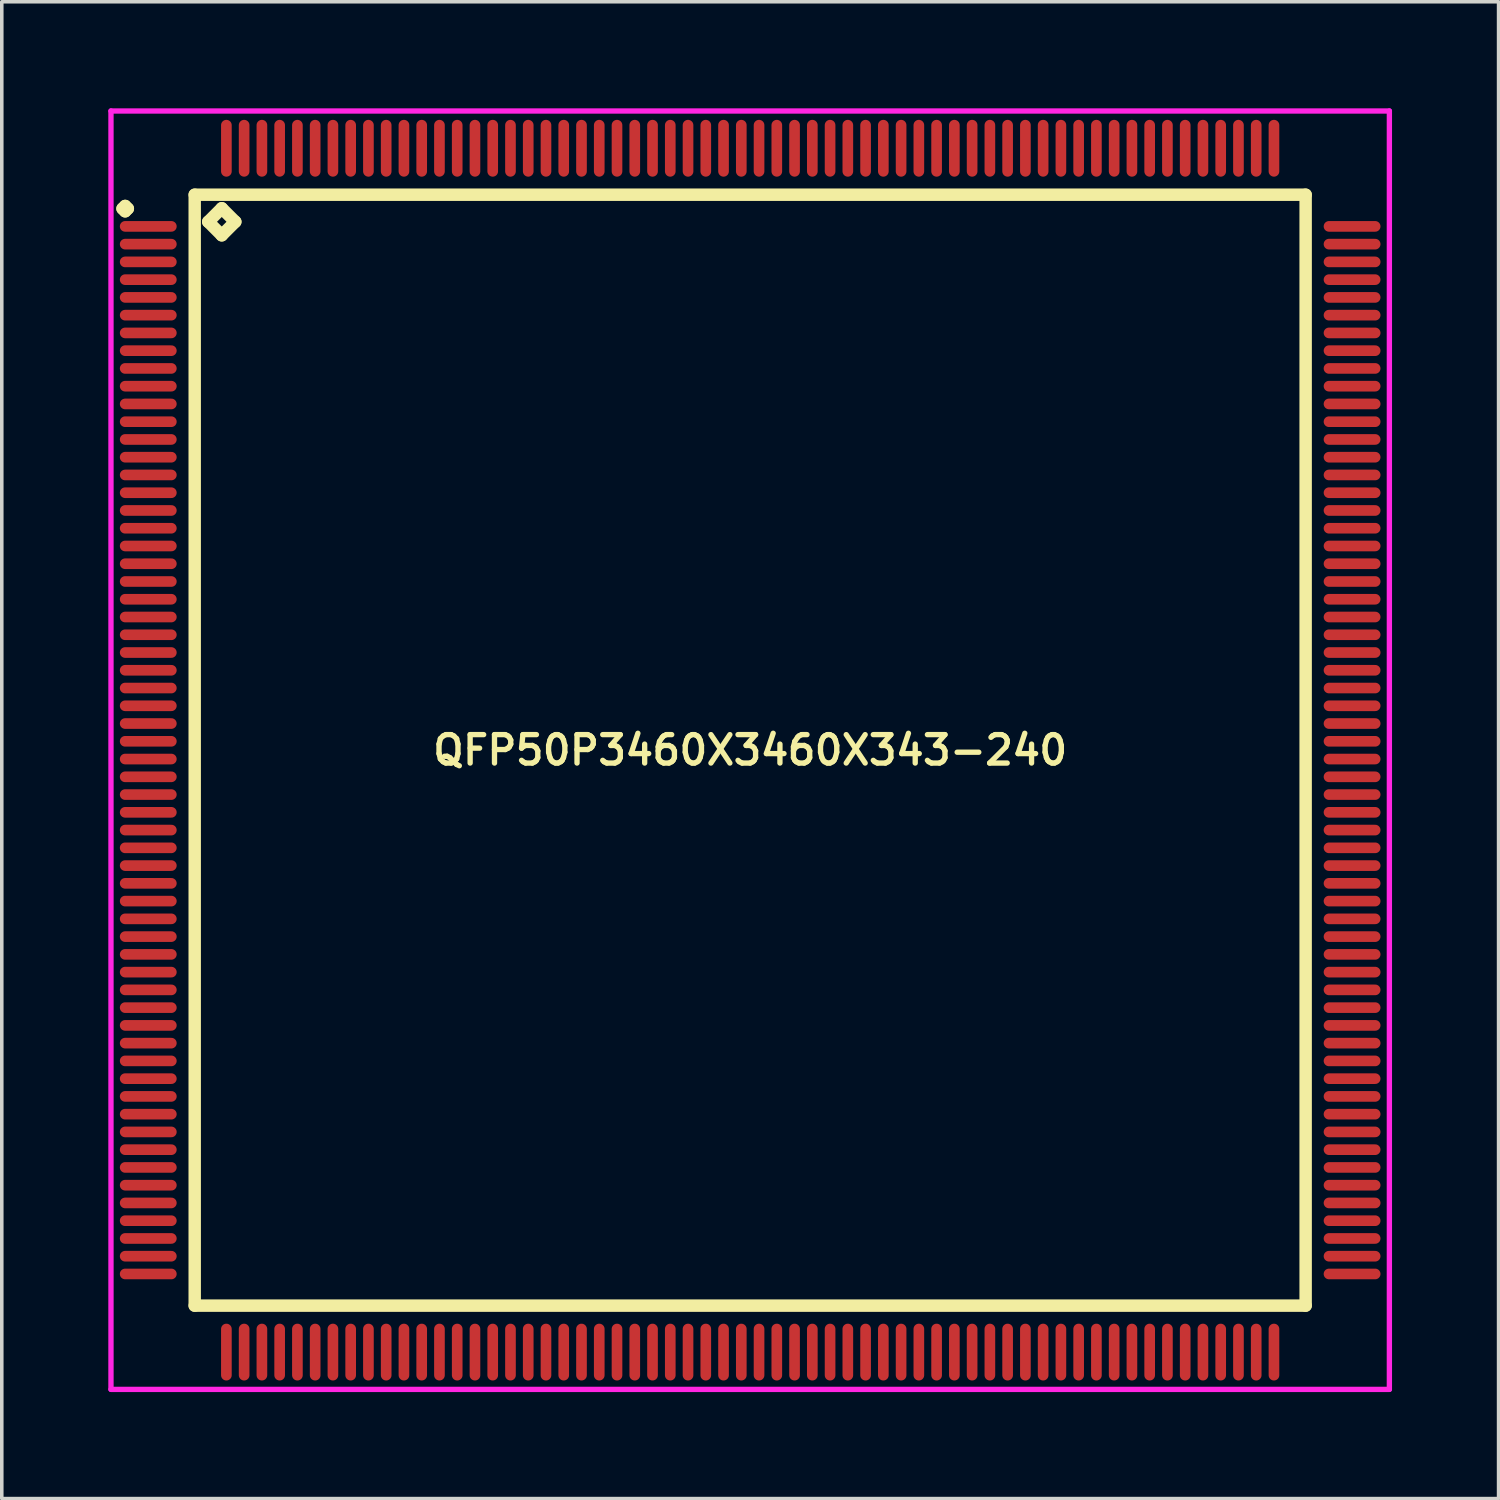
<source format=kicad_pcb>
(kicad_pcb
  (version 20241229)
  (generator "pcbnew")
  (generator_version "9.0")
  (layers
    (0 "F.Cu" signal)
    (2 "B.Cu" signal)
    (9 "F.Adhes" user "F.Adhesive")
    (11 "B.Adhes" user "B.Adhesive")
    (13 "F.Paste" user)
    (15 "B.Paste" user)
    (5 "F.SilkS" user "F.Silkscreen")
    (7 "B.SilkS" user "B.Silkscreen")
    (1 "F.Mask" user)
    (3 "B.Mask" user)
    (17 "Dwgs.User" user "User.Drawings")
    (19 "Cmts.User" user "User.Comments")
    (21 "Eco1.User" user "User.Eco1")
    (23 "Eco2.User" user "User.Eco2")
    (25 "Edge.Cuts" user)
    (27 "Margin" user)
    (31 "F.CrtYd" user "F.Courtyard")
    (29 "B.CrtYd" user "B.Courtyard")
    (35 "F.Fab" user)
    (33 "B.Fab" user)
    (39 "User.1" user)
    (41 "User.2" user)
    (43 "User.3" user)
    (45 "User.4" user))
  (footprint "QFP50P3460X3460X343-240"
    (layer "F.Cu")
    (at 18.075 18.075)
    (property "Reference" "QFP50P3460X3460X343-240" (at 0 0 0) (layer "F.SilkS") (effects (font (size 0.8 0.8) (thickness 0.15))))
    (attr smd)
    (fp_line (start -17.675 -15.25) (end -17.6 -15.325) (stroke (width 0.35) (type solid)) (layer "F.SilkS"))
    (fp_line (start -17.6 -15.325) (end -17.525 -15.25) (stroke (width 0.35) (type solid)) (layer "F.SilkS"))
    (fp_line (start -17.6 -15.175) (end -17.675 -15.25) (stroke (width 0.35) (type solid)) (layer "F.SilkS"))
    (fp_line (start -17.525 -15.25) (end -17.6 -15.175) (stroke (width 0.35) (type solid)) (layer "F.SilkS"))
    (fp_line (start -15.642 -15.642) (end -15.642 15.642) (stroke (width 0.35) (type solid)) (layer "F.SilkS"))
    (fp_line (start -15.642 15.642) (end 15.642 15.642) (stroke (width 0.35) (type solid)) (layer "F.SilkS"))
    (fp_line (start -15.261 -14.88) (end -14.88 -15.261) (stroke (width 0.35) (type solid)) (layer "F.SilkS"))
    (fp_line (start -14.88 -15.261) (end -14.499 -14.88) (stroke (width 0.35) (type solid)) (layer "F.SilkS"))
    (fp_line (start -14.88 -14.499) (end -15.261 -14.88) (stroke (width 0.35) (type solid)) (layer "F.SilkS"))
    (fp_line (start -14.499 -14.88) (end -14.88 -14.499) (stroke (width 0.35) (type solid)) (layer "F.SilkS"))
    (fp_line (start 15.642 -15.642) (end -15.642 -15.642) (stroke (width 0.35) (type solid)) (layer "F.SilkS"))
    (fp_line (start 15.642 15.642) (end 15.642 -15.642) (stroke (width 0.35) (type solid)) (layer "F.SilkS"))
    (fp_line (start -18 -18) (end 18 -18) (stroke (width 0.15) (type solid)) (layer "F.CrtYd"))
    (fp_line (start -18 18) (end -18 -18) (stroke (width 0.15) (type solid)) (layer "F.CrtYd"))
    (fp_line (start 18 -18) (end 18 18) (stroke (width 0.15) (type solid)) (layer "F.CrtYd"))
    (fp_line (start 18 18) (end -18 18) (stroke (width 0.15) (type solid)) (layer "F.CrtYd"))
    (pad "1" smd oval (at -16.95 -14.75) (size 1.6 0.3) (layers "F.Cu" "F.Mask" "F.Paste"))
    (pad "2" smd oval (at -16.95 -14.25) (size 1.6 0.3) (layers "F.Cu" "F.Mask" "F.Paste"))
    (pad "3" smd oval (at -16.95 -13.75) (size 1.6 0.3) (layers "F.Cu" "F.Mask" "F.Paste"))
    (pad "4" smd oval (at -16.95 -13.25) (size 1.6 0.3) (layers "F.Cu" "F.Mask" "F.Paste"))
    (pad "5" smd oval (at -16.95 -12.75) (size 1.6 0.3) (layers "F.Cu" "F.Mask" "F.Paste"))
    (pad "6" smd oval (at -16.95 -12.25) (size 1.6 0.3) (layers "F.Cu" "F.Mask" "F.Paste"))
    (pad "7" smd oval (at -16.95 -11.75) (size 1.6 0.3) (layers "F.Cu" "F.Mask" "F.Paste"))
    (pad "8" smd oval (at -16.95 -11.25) (size 1.6 0.3) (layers "F.Cu" "F.Mask" "F.Paste"))
    (pad "9" smd oval (at -16.95 -10.75) (size 1.6 0.3) (layers "F.Cu" "F.Mask" "F.Paste"))
    (pad "10" smd oval (at -16.95 -10.25) (size 1.6 0.3) (layers "F.Cu" "F.Mask" "F.Paste"))
    (pad "11" smd oval (at -16.95 -9.75) (size 1.6 0.3) (layers "F.Cu" "F.Mask" "F.Paste"))
    (pad "12" smd oval (at -16.95 -9.25) (size 1.6 0.3) (layers "F.Cu" "F.Mask" "F.Paste"))
    (pad "13" smd oval (at -16.95 -8.75) (size 1.6 0.3) (layers "F.Cu" "F.Mask" "F.Paste"))
    (pad "14" smd oval (at -16.95 -8.25) (size 1.6 0.3) (layers "F.Cu" "F.Mask" "F.Paste"))
    (pad "15" smd oval (at -16.95 -7.75) (size 1.6 0.3) (layers "F.Cu" "F.Mask" "F.Paste"))
    (pad "16" smd oval (at -16.95 -7.25) (size 1.6 0.3) (layers "F.Cu" "F.Mask" "F.Paste"))
    (pad "17" smd oval (at -16.95 -6.75) (size 1.6 0.3) (layers "F.Cu" "F.Mask" "F.Paste"))
    (pad "18" smd oval (at -16.95 -6.25) (size 1.6 0.3) (layers "F.Cu" "F.Mask" "F.Paste"))
    (pad "19" smd oval (at -16.95 -5.75) (size 1.6 0.3) (layers "F.Cu" "F.Mask" "F.Paste"))
    (pad "20" smd oval (at -16.95 -5.25) (size 1.6 0.3) (layers "F.Cu" "F.Mask" "F.Paste"))
    (pad "21" smd oval (at -16.95 -4.75) (size 1.6 0.3) (layers "F.Cu" "F.Mask" "F.Paste"))
    (pad "22" smd oval (at -16.95 -4.25) (size 1.6 0.3) (layers "F.Cu" "F.Mask" "F.Paste"))
    (pad "23" smd oval (at -16.95 -3.75) (size 1.6 0.3) (layers "F.Cu" "F.Mask" "F.Paste"))
    (pad "24" smd oval (at -16.95 -3.25) (size 1.6 0.3) (layers "F.Cu" "F.Mask" "F.Paste"))
    (pad "25" smd oval (at -16.95 -2.75) (size 1.6 0.3) (layers "F.Cu" "F.Mask" "F.Paste"))
    (pad "26" smd oval (at -16.95 -2.25) (size 1.6 0.3) (layers "F.Cu" "F.Mask" "F.Paste"))
    (pad "27" smd oval (at -16.95 -1.75) (size 1.6 0.3) (layers "F.Cu" "F.Mask" "F.Paste"))
    (pad "28" smd oval (at -16.95 -1.25) (size 1.6 0.3) (layers "F.Cu" "F.Mask" "F.Paste"))
    (pad "29" smd oval (at -16.95 -0.75) (size 1.6 0.3) (layers "F.Cu" "F.Mask" "F.Paste"))
    (pad "30" smd oval (at -16.95 -0.25) (size 1.6 0.3) (layers "F.Cu" "F.Mask" "F.Paste"))
    (pad "31" smd oval (at -16.95 0.25) (size 1.6 0.3) (layers "F.Cu" "F.Mask" "F.Paste"))
    (pad "32" smd oval (at -16.95 0.75) (size 1.6 0.3) (layers "F.Cu" "F.Mask" "F.Paste"))
    (pad "33" smd oval (at -16.95 1.25) (size 1.6 0.3) (layers "F.Cu" "F.Mask" "F.Paste"))
    (pad "34" smd oval (at -16.95 1.75) (size 1.6 0.3) (layers "F.Cu" "F.Mask" "F.Paste"))
    (pad "35" smd oval (at -16.95 2.25) (size 1.6 0.3) (layers "F.Cu" "F.Mask" "F.Paste"))
    (pad "36" smd oval (at -16.95 2.75) (size 1.6 0.3) (layers "F.Cu" "F.Mask" "F.Paste"))
    (pad "37" smd oval (at -16.95 3.25) (size 1.6 0.3) (layers "F.Cu" "F.Mask" "F.Paste"))
    (pad "38" smd oval (at -16.95 3.75) (size 1.6 0.3) (layers "F.Cu" "F.Mask" "F.Paste"))
    (pad "39" smd oval (at -16.95 4.25) (size 1.6 0.3) (layers "F.Cu" "F.Mask" "F.Paste"))
    (pad "40" smd oval (at -16.95 4.75) (size 1.6 0.3) (layers "F.Cu" "F.Mask" "F.Paste"))
    (pad "41" smd oval (at -16.95 5.25) (size 1.6 0.3) (layers "F.Cu" "F.Mask" "F.Paste"))
    (pad "42" smd oval (at -16.95 5.75) (size 1.6 0.3) (layers "F.Cu" "F.Mask" "F.Paste"))
    (pad "43" smd oval (at -16.95 6.25) (size 1.6 0.3) (layers "F.Cu" "F.Mask" "F.Paste"))
    (pad "44" smd oval (at -16.95 6.75) (size 1.6 0.3) (layers "F.Cu" "F.Mask" "F.Paste"))
    (pad "45" smd oval (at -16.95 7.25) (size 1.6 0.3) (layers "F.Cu" "F.Mask" "F.Paste"))
    (pad "46" smd oval (at -16.95 7.75) (size 1.6 0.3) (layers "F.Cu" "F.Mask" "F.Paste"))
    (pad "47" smd oval (at -16.95 8.25) (size 1.6 0.3) (layers "F.Cu" "F.Mask" "F.Paste"))
    (pad "48" smd oval (at -16.95 8.75) (size 1.6 0.3) (layers "F.Cu" "F.Mask" "F.Paste"))
    (pad "49" smd oval (at -16.95 9.25) (size 1.6 0.3) (layers "F.Cu" "F.Mask" "F.Paste"))
    (pad "50" smd oval (at -16.95 9.75) (size 1.6 0.3) (layers "F.Cu" "F.Mask" "F.Paste"))
    (pad "51" smd oval (at -16.95 10.25) (size 1.6 0.3) (layers "F.Cu" "F.Mask" "F.Paste"))
    (pad "52" smd oval (at -16.95 10.75) (size 1.6 0.3) (layers "F.Cu" "F.Mask" "F.Paste"))
    (pad "53" smd oval (at -16.95 11.25) (size 1.6 0.3) (layers "F.Cu" "F.Mask" "F.Paste"))
    (pad "54" smd oval (at -16.95 11.75) (size 1.6 0.3) (layers "F.Cu" "F.Mask" "F.Paste"))
    (pad "55" smd oval (at -16.95 12.25) (size 1.6 0.3) (layers "F.Cu" "F.Mask" "F.Paste"))
    (pad "56" smd oval (at -16.95 12.75) (size 1.6 0.3) (layers "F.Cu" "F.Mask" "F.Paste"))
    (pad "57" smd oval (at -16.95 13.25) (size 1.6 0.3) (layers "F.Cu" "F.Mask" "F.Paste"))
    (pad "58" smd oval (at -16.95 13.75) (size 1.6 0.3) (layers "F.Cu" "F.Mask" "F.Paste"))
    (pad "59" smd oval (at -16.95 14.25) (size 1.6 0.3) (layers "F.Cu" "F.Mask" "F.Paste"))
    (pad "60" smd oval (at -16.95 14.75) (size 1.6 0.3) (layers "F.Cu" "F.Mask" "F.Paste"))
    (pad "61" smd oval (at -14.75 16.95) (size 0.3 1.6) (layers "F.Cu" "F.Mask" "F.Paste"))
    (pad "62" smd oval (at -14.25 16.95) (size 0.3 1.6) (layers "F.Cu" "F.Mask" "F.Paste"))
    (pad "63" smd oval (at -13.75 16.95) (size 0.3 1.6) (layers "F.Cu" "F.Mask" "F.Paste"))
    (pad "64" smd oval (at -13.25 16.95) (size 0.3 1.6) (layers "F.Cu" "F.Mask" "F.Paste"))
    (pad "65" smd oval (at -12.75 16.95) (size 0.3 1.6) (layers "F.Cu" "F.Mask" "F.Paste"))
    (pad "66" smd oval (at -12.25 16.95) (size 0.3 1.6) (layers "F.Cu" "F.Mask" "F.Paste"))
    (pad "67" smd oval (at -11.75 16.95) (size 0.3 1.6) (layers "F.Cu" "F.Mask" "F.Paste"))
    (pad "68" smd oval (at -11.25 16.95) (size 0.3 1.6) (layers "F.Cu" "F.Mask" "F.Paste"))
    (pad "69" smd oval (at -10.75 16.95) (size 0.3 1.6) (layers "F.Cu" "F.Mask" "F.Paste"))
    (pad "70" smd oval (at -10.25 16.95) (size 0.3 1.6) (layers "F.Cu" "F.Mask" "F.Paste"))
    (pad "71" smd oval (at -9.75 16.95) (size 0.3 1.6) (layers "F.Cu" "F.Mask" "F.Paste"))
    (pad "72" smd oval (at -9.25 16.95) (size 0.3 1.6) (layers "F.Cu" "F.Mask" "F.Paste"))
    (pad "73" smd oval (at -8.75 16.95) (size 0.3 1.6) (layers "F.Cu" "F.Mask" "F.Paste"))
    (pad "74" smd oval (at -8.25 16.95) (size 0.3 1.6) (layers "F.Cu" "F.Mask" "F.Paste"))
    (pad "75" smd oval (at -7.75 16.95) (size 0.3 1.6) (layers "F.Cu" "F.Mask" "F.Paste"))
    (pad "76" smd oval (at -7.25 16.95) (size 0.3 1.6) (layers "F.Cu" "F.Mask" "F.Paste"))
    (pad "77" smd oval (at -6.75 16.95) (size 0.3 1.6) (layers "F.Cu" "F.Mask" "F.Paste"))
    (pad "78" smd oval (at -6.25 16.95) (size 0.3 1.6) (layers "F.Cu" "F.Mask" "F.Paste"))
    (pad "79" smd oval (at -5.75 16.95) (size 0.3 1.6) (layers "F.Cu" "F.Mask" "F.Paste"))
    (pad "80" smd oval (at -5.25 16.95) (size 0.3 1.6) (layers "F.Cu" "F.Mask" "F.Paste"))
    (pad "81" smd oval (at -4.75 16.95) (size 0.3 1.6) (layers "F.Cu" "F.Mask" "F.Paste"))
    (pad "82" smd oval (at -4.25 16.95) (size 0.3 1.6) (layers "F.Cu" "F.Mask" "F.Paste"))
    (pad "83" smd oval (at -3.75 16.95) (size 0.3 1.6) (layers "F.Cu" "F.Mask" "F.Paste"))
    (pad "84" smd oval (at -3.25 16.95) (size 0.3 1.6) (layers "F.Cu" "F.Mask" "F.Paste"))
    (pad "85" smd oval (at -2.75 16.95) (size 0.3 1.6) (layers "F.Cu" "F.Mask" "F.Paste"))
    (pad "86" smd oval (at -2.25 16.95) (size 0.3 1.6) (layers "F.Cu" "F.Mask" "F.Paste"))
    (pad "87" smd oval (at -1.75 16.95) (size 0.3 1.6) (layers "F.Cu" "F.Mask" "F.Paste"))
    (pad "88" smd oval (at -1.25 16.95) (size 0.3 1.6) (layers "F.Cu" "F.Mask" "F.Paste"))
    (pad "89" smd oval (at -0.75 16.95) (size 0.3 1.6) (layers "F.Cu" "F.Mask" "F.Paste"))
    (pad "90" smd oval (at -0.25 16.95) (size 0.3 1.6) (layers "F.Cu" "F.Mask" "F.Paste"))
    (pad "91" smd oval (at 0.25 16.95) (size 0.3 1.6) (layers "F.Cu" "F.Mask" "F.Paste"))
    (pad "92" smd oval (at 0.75 16.95) (size 0.3 1.6) (layers "F.Cu" "F.Mask" "F.Paste"))
    (pad "93" smd oval (at 1.25 16.95) (size 0.3 1.6) (layers "F.Cu" "F.Mask" "F.Paste"))
    (pad "94" smd oval (at 1.75 16.95) (size 0.3 1.6) (layers "F.Cu" "F.Mask" "F.Paste"))
    (pad "95" smd oval (at 2.25 16.95) (size 0.3 1.6) (layers "F.Cu" "F.Mask" "F.Paste"))
    (pad "96" smd oval (at 2.75 16.95) (size 0.3 1.6) (layers "F.Cu" "F.Mask" "F.Paste"))
    (pad "97" smd oval (at 3.25 16.95) (size 0.3 1.6) (layers "F.Cu" "F.Mask" "F.Paste"))
    (pad "98" smd oval (at 3.75 16.95) (size 0.3 1.6) (layers "F.Cu" "F.Mask" "F.Paste"))
    (pad "99" smd oval (at 4.25 16.95) (size 0.3 1.6) (layers "F.Cu" "F.Mask" "F.Paste"))
    (pad "100" smd oval (at 4.75 16.95) (size 0.3 1.6) (layers "F.Cu" "F.Mask" "F.Paste"))
    (pad "101" smd oval (at 5.25 16.95) (size 0.3 1.6) (layers "F.Cu" "F.Mask" "F.Paste"))
    (pad "102" smd oval (at 5.75 16.95) (size 0.3 1.6) (layers "F.Cu" "F.Mask" "F.Paste"))
    (pad "103" smd oval (at 6.25 16.95) (size 0.3 1.6) (layers "F.Cu" "F.Mask" "F.Paste"))
    (pad "104" smd oval (at 6.75 16.95) (size 0.3 1.6) (layers "F.Cu" "F.Mask" "F.Paste"))
    (pad "105" smd oval (at 7.25 16.95) (size 0.3 1.6) (layers "F.Cu" "F.Mask" "F.Paste"))
    (pad "106" smd oval (at 7.75 16.95) (size 0.3 1.6) (layers "F.Cu" "F.Mask" "F.Paste"))
    (pad "107" smd oval (at 8.25 16.95) (size 0.3 1.6) (layers "F.Cu" "F.Mask" "F.Paste"))
    (pad "108" smd oval (at 8.75 16.95) (size 0.3 1.6) (layers "F.Cu" "F.Mask" "F.Paste"))
    (pad "109" smd oval (at 9.25 16.95) (size 0.3 1.6) (layers "F.Cu" "F.Mask" "F.Paste"))
    (pad "110" smd oval (at 9.75 16.95) (size 0.3 1.6) (layers "F.Cu" "F.Mask" "F.Paste"))
    (pad "111" smd oval (at 10.25 16.95) (size 0.3 1.6) (layers "F.Cu" "F.Mask" "F.Paste"))
    (pad "112" smd oval (at 10.75 16.95) (size 0.3 1.6) (layers "F.Cu" "F.Mask" "F.Paste"))
    (pad "113" smd oval (at 11.25 16.95) (size 0.3 1.6) (layers "F.Cu" "F.Mask" "F.Paste"))
    (pad "114" smd oval (at 11.75 16.95) (size 0.3 1.6) (layers "F.Cu" "F.Mask" "F.Paste"))
    (pad "115" smd oval (at 12.25 16.95) (size 0.3 1.6) (layers "F.Cu" "F.Mask" "F.Paste"))
    (pad "116" smd oval (at 12.75 16.95) (size 0.3 1.6) (layers "F.Cu" "F.Mask" "F.Paste"))
    (pad "117" smd oval (at 13.25 16.95) (size 0.3 1.6) (layers "F.Cu" "F.Mask" "F.Paste"))
    (pad "118" smd oval (at 13.75 16.95) (size 0.3 1.6) (layers "F.Cu" "F.Mask" "F.Paste"))
    (pad "119" smd oval (at 14.25 16.95) (size 0.3 1.6) (layers "F.Cu" "F.Mask" "F.Paste"))
    (pad "120" smd oval (at 14.75 16.95) (size 0.3 1.6) (layers "F.Cu" "F.Mask" "F.Paste"))
    (pad "121" smd oval (at 16.95 14.75) (size 1.6 0.3) (layers "F.Cu" "F.Mask" "F.Paste"))
    (pad "122" smd oval (at 16.95 14.25) (size 1.6 0.3) (layers "F.Cu" "F.Mask" "F.Paste"))
    (pad "123" smd oval (at 16.95 13.75) (size 1.6 0.3) (layers "F.Cu" "F.Mask" "F.Paste"))
    (pad "124" smd oval (at 16.95 13.25) (size 1.6 0.3) (layers "F.Cu" "F.Mask" "F.Paste"))
    (pad "125" smd oval (at 16.95 12.75) (size 1.6 0.3) (layers "F.Cu" "F.Mask" "F.Paste"))
    (pad "126" smd oval (at 16.95 12.25) (size 1.6 0.3) (layers "F.Cu" "F.Mask" "F.Paste"))
    (pad "127" smd oval (at 16.95 11.75) (size 1.6 0.3) (layers "F.Cu" "F.Mask" "F.Paste"))
    (pad "128" smd oval (at 16.95 11.25) (size 1.6 0.3) (layers "F.Cu" "F.Mask" "F.Paste"))
    (pad "129" smd oval (at 16.95 10.75) (size 1.6 0.3) (layers "F.Cu" "F.Mask" "F.Paste"))
    (pad "130" smd oval (at 16.95 10.25) (size 1.6 0.3) (layers "F.Cu" "F.Mask" "F.Paste"))
    (pad "131" smd oval (at 16.95 9.75) (size 1.6 0.3) (layers "F.Cu" "F.Mask" "F.Paste"))
    (pad "132" smd oval (at 16.95 9.25) (size 1.6 0.3) (layers "F.Cu" "F.Mask" "F.Paste"))
    (pad "133" smd oval (at 16.95 8.75) (size 1.6 0.3) (layers "F.Cu" "F.Mask" "F.Paste"))
    (pad "134" smd oval (at 16.95 8.25) (size 1.6 0.3) (layers "F.Cu" "F.Mask" "F.Paste"))
    (pad "135" smd oval (at 16.95 7.75) (size 1.6 0.3) (layers "F.Cu" "F.Mask" "F.Paste"))
    (pad "136" smd oval (at 16.95 7.25) (size 1.6 0.3) (layers "F.Cu" "F.Mask" "F.Paste"))
    (pad "137" smd oval (at 16.95 6.75) (size 1.6 0.3) (layers "F.Cu" "F.Mask" "F.Paste"))
    (pad "138" smd oval (at 16.95 6.25) (size 1.6 0.3) (layers "F.Cu" "F.Mask" "F.Paste"))
    (pad "139" smd oval (at 16.95 5.75) (size 1.6 0.3) (layers "F.Cu" "F.Mask" "F.Paste"))
    (pad "140" smd oval (at 16.95 5.25) (size 1.6 0.3) (layers "F.Cu" "F.Mask" "F.Paste"))
    (pad "141" smd oval (at 16.95 4.75) (size 1.6 0.3) (layers "F.Cu" "F.Mask" "F.Paste"))
    (pad "142" smd oval (at 16.95 4.25) (size 1.6 0.3) (layers "F.Cu" "F.Mask" "F.Paste"))
    (pad "143" smd oval (at 16.95 3.75) (size 1.6 0.3) (layers "F.Cu" "F.Mask" "F.Paste"))
    (pad "144" smd oval (at 16.95 3.25) (size 1.6 0.3) (layers "F.Cu" "F.Mask" "F.Paste"))
    (pad "145" smd oval (at 16.95 2.75) (size 1.6 0.3) (layers "F.Cu" "F.Mask" "F.Paste"))
    (pad "146" smd oval (at 16.95 2.25) (size 1.6 0.3) (layers "F.Cu" "F.Mask" "F.Paste"))
    (pad "147" smd oval (at 16.95 1.75) (size 1.6 0.3) (layers "F.Cu" "F.Mask" "F.Paste"))
    (pad "148" smd oval (at 16.95 1.25) (size 1.6 0.3) (layers "F.Cu" "F.Mask" "F.Paste"))
    (pad "149" smd oval (at 16.95 0.75) (size 1.6 0.3) (layers "F.Cu" "F.Mask" "F.Paste"))
    (pad "150" smd oval (at 16.95 0.25) (size 1.6 0.3) (layers "F.Cu" "F.Mask" "F.Paste"))
    (pad "151" smd oval (at 16.95 -0.25) (size 1.6 0.3) (layers "F.Cu" "F.Mask" "F.Paste"))
    (pad "152" smd oval (at 16.95 -0.75) (size 1.6 0.3) (layers "F.Cu" "F.Mask" "F.Paste"))
    (pad "153" smd oval (at 16.95 -1.25) (size 1.6 0.3) (layers "F.Cu" "F.Mask" "F.Paste"))
    (pad "154" smd oval (at 16.95 -1.75) (size 1.6 0.3) (layers "F.Cu" "F.Mask" "F.Paste"))
    (pad "155" smd oval (at 16.95 -2.25) (size 1.6 0.3) (layers "F.Cu" "F.Mask" "F.Paste"))
    (pad "156" smd oval (at 16.95 -2.75) (size 1.6 0.3) (layers "F.Cu" "F.Mask" "F.Paste"))
    (pad "157" smd oval (at 16.95 -3.25) (size 1.6 0.3) (layers "F.Cu" "F.Mask" "F.Paste"))
    (pad "158" smd oval (at 16.95 -3.75) (size 1.6 0.3) (layers "F.Cu" "F.Mask" "F.Paste"))
    (pad "159" smd oval (at 16.95 -4.25) (size 1.6 0.3) (layers "F.Cu" "F.Mask" "F.Paste"))
    (pad "160" smd oval (at 16.95 -4.75) (size 1.6 0.3) (layers "F.Cu" "F.Mask" "F.Paste"))
    (pad "161" smd oval (at 16.95 -5.25) (size 1.6 0.3) (layers "F.Cu" "F.Mask" "F.Paste"))
    (pad "162" smd oval (at 16.95 -5.75) (size 1.6 0.3) (layers "F.Cu" "F.Mask" "F.Paste"))
    (pad "163" smd oval (at 16.95 -6.25) (size 1.6 0.3) (layers "F.Cu" "F.Mask" "F.Paste"))
    (pad "164" smd oval (at 16.95 -6.75) (size 1.6 0.3) (layers "F.Cu" "F.Mask" "F.Paste"))
    (pad "165" smd oval (at 16.95 -7.25) (size 1.6 0.3) (layers "F.Cu" "F.Mask" "F.Paste"))
    (pad "166" smd oval (at 16.95 -7.75) (size 1.6 0.3) (layers "F.Cu" "F.Mask" "F.Paste"))
    (pad "167" smd oval (at 16.95 -8.25) (size 1.6 0.3) (layers "F.Cu" "F.Mask" "F.Paste"))
    (pad "168" smd oval (at 16.95 -8.75) (size 1.6 0.3) (layers "F.Cu" "F.Mask" "F.Paste"))
    (pad "169" smd oval (at 16.95 -9.25) (size 1.6 0.3) (layers "F.Cu" "F.Mask" "F.Paste"))
    (pad "170" smd oval (at 16.95 -9.75) (size 1.6 0.3) (layers "F.Cu" "F.Mask" "F.Paste"))
    (pad "171" smd oval (at 16.95 -10.25) (size 1.6 0.3) (layers "F.Cu" "F.Mask" "F.Paste"))
    (pad "172" smd oval (at 16.95 -10.75) (size 1.6 0.3) (layers "F.Cu" "F.Mask" "F.Paste"))
    (pad "173" smd oval (at 16.95 -11.25) (size 1.6 0.3) (layers "F.Cu" "F.Mask" "F.Paste"))
    (pad "174" smd oval (at 16.95 -11.75) (size 1.6 0.3) (layers "F.Cu" "F.Mask" "F.Paste"))
    (pad "175" smd oval (at 16.95 -12.25) (size 1.6 0.3) (layers "F.Cu" "F.Mask" "F.Paste"))
    (pad "176" smd oval (at 16.95 -12.75) (size 1.6 0.3) (layers "F.Cu" "F.Mask" "F.Paste"))
    (pad "177" smd oval (at 16.95 -13.25) (size 1.6 0.3) (layers "F.Cu" "F.Mask" "F.Paste"))
    (pad "178" smd oval (at 16.95 -13.75) (size 1.6 0.3) (layers "F.Cu" "F.Mask" "F.Paste"))
    (pad "179" smd oval (at 16.95 -14.25) (size 1.6 0.3) (layers "F.Cu" "F.Mask" "F.Paste"))
    (pad "180" smd oval (at 16.95 -14.75) (size 1.6 0.3) (layers "F.Cu" "F.Mask" "F.Paste"))
    (pad "181" smd oval (at 14.75 -16.95) (size 0.3 1.6) (layers "F.Cu" "F.Mask" "F.Paste"))
    (pad "182" smd oval (at 14.25 -16.95) (size 0.3 1.6) (layers "F.Cu" "F.Mask" "F.Paste"))
    (pad "183" smd oval (at 13.75 -16.95) (size 0.3 1.6) (layers "F.Cu" "F.Mask" "F.Paste"))
    (pad "184" smd oval (at 13.25 -16.95) (size 0.3 1.6) (layers "F.Cu" "F.Mask" "F.Paste"))
    (pad "185" smd oval (at 12.75 -16.95) (size 0.3 1.6) (layers "F.Cu" "F.Mask" "F.Paste"))
    (pad "186" smd oval (at 12.25 -16.95) (size 0.3 1.6) (layers "F.Cu" "F.Mask" "F.Paste"))
    (pad "187" smd oval (at 11.75 -16.95) (size 0.3 1.6) (layers "F.Cu" "F.Mask" "F.Paste"))
    (pad "188" smd oval (at 11.25 -16.95) (size 0.3 1.6) (layers "F.Cu" "F.Mask" "F.Paste"))
    (pad "189" smd oval (at 10.75 -16.95) (size 0.3 1.6) (layers "F.Cu" "F.Mask" "F.Paste"))
    (pad "190" smd oval (at 10.25 -16.95) (size 0.3 1.6) (layers "F.Cu" "F.Mask" "F.Paste"))
    (pad "191" smd oval (at 9.75 -16.95) (size 0.3 1.6) (layers "F.Cu" "F.Mask" "F.Paste"))
    (pad "192" smd oval (at 9.25 -16.95) (size 0.3 1.6) (layers "F.Cu" "F.Mask" "F.Paste"))
    (pad "193" smd oval (at 8.75 -16.95) (size 0.3 1.6) (layers "F.Cu" "F.Mask" "F.Paste"))
    (pad "194" smd oval (at 8.25 -16.95) (size 0.3 1.6) (layers "F.Cu" "F.Mask" "F.Paste"))
    (pad "195" smd oval (at 7.75 -16.95) (size 0.3 1.6) (layers "F.Cu" "F.Mask" "F.Paste"))
    (pad "196" smd oval (at 7.25 -16.95) (size 0.3 1.6) (layers "F.Cu" "F.Mask" "F.Paste"))
    (pad "197" smd oval (at 6.75 -16.95) (size 0.3 1.6) (layers "F.Cu" "F.Mask" "F.Paste"))
    (pad "198" smd oval (at 6.25 -16.95) (size 0.3 1.6) (layers "F.Cu" "F.Mask" "F.Paste"))
    (pad "199" smd oval (at 5.75 -16.95) (size 0.3 1.6) (layers "F.Cu" "F.Mask" "F.Paste"))
    (pad "200" smd oval (at 5.25 -16.95) (size 0.3 1.6) (layers "F.Cu" "F.Mask" "F.Paste"))
    (pad "201" smd oval (at 4.75 -16.95) (size 0.3 1.6) (layers "F.Cu" "F.Mask" "F.Paste"))
    (pad "202" smd oval (at 4.25 -16.95) (size 0.3 1.6) (layers "F.Cu" "F.Mask" "F.Paste"))
    (pad "203" smd oval (at 3.75 -16.95) (size 0.3 1.6) (layers "F.Cu" "F.Mask" "F.Paste"))
    (pad "204" smd oval (at 3.25 -16.95) (size 0.3 1.6) (layers "F.Cu" "F.Mask" "F.Paste"))
    (pad "205" smd oval (at 2.75 -16.95) (size 0.3 1.6) (layers "F.Cu" "F.Mask" "F.Paste"))
    (pad "206" smd oval (at 2.25 -16.95) (size 0.3 1.6) (layers "F.Cu" "F.Mask" "F.Paste"))
    (pad "207" smd oval (at 1.75 -16.95) (size 0.3 1.6) (layers "F.Cu" "F.Mask" "F.Paste"))
    (pad "208" smd oval (at 1.25 -16.95) (size 0.3 1.6) (layers "F.Cu" "F.Mask" "F.Paste"))
    (pad "209" smd oval (at 0.75 -16.95) (size 0.3 1.6) (layers "F.Cu" "F.Mask" "F.Paste"))
    (pad "210" smd oval (at 0.25 -16.95) (size 0.3 1.6) (layers "F.Cu" "F.Mask" "F.Paste"))
    (pad "211" smd oval (at -0.25 -16.95) (size 0.3 1.6) (layers "F.Cu" "F.Mask" "F.Paste"))
    (pad "212" smd oval (at -0.75 -16.95) (size 0.3 1.6) (layers "F.Cu" "F.Mask" "F.Paste"))
    (pad "213" smd oval (at -1.25 -16.95) (size 0.3 1.6) (layers "F.Cu" "F.Mask" "F.Paste"))
    (pad "214" smd oval (at -1.75 -16.95) (size 0.3 1.6) (layers "F.Cu" "F.Mask" "F.Paste"))
    (pad "215" smd oval (at -2.25 -16.95) (size 0.3 1.6) (layers "F.Cu" "F.Mask" "F.Paste"))
    (pad "216" smd oval (at -2.75 -16.95) (size 0.3 1.6) (layers "F.Cu" "F.Mask" "F.Paste"))
    (pad "217" smd oval (at -3.25 -16.95) (size 0.3 1.6) (layers "F.Cu" "F.Mask" "F.Paste"))
    (pad "218" smd oval (at -3.75 -16.95) (size 0.3 1.6) (layers "F.Cu" "F.Mask" "F.Paste"))
    (pad "219" smd oval (at -4.25 -16.95) (size 0.3 1.6) (layers "F.Cu" "F.Mask" "F.Paste"))
    (pad "220" smd oval (at -4.75 -16.95) (size 0.3 1.6) (layers "F.Cu" "F.Mask" "F.Paste"))
    (pad "221" smd oval (at -5.25 -16.95) (size 0.3 1.6) (layers "F.Cu" "F.Mask" "F.Paste"))
    (pad "222" smd oval (at -5.75 -16.95) (size 0.3 1.6) (layers "F.Cu" "F.Mask" "F.Paste"))
    (pad "223" smd oval (at -6.25 -16.95) (size 0.3 1.6) (layers "F.Cu" "F.Mask" "F.Paste"))
    (pad "224" smd oval (at -6.75 -16.95) (size 0.3 1.6) (layers "F.Cu" "F.Mask" "F.Paste"))
    (pad "225" smd oval (at -7.25 -16.95) (size 0.3 1.6) (layers "F.Cu" "F.Mask" "F.Paste"))
    (pad "226" smd oval (at -7.75 -16.95) (size 0.3 1.6) (layers "F.Cu" "F.Mask" "F.Paste"))
    (pad "227" smd oval (at -8.25 -16.95) (size 0.3 1.6) (layers "F.Cu" "F.Mask" "F.Paste"))
    (pad "228" smd oval (at -8.75 -16.95) (size 0.3 1.6) (layers "F.Cu" "F.Mask" "F.Paste"))
    (pad "229" smd oval (at -9.25 -16.95) (size 0.3 1.6) (layers "F.Cu" "F.Mask" "F.Paste"))
    (pad "230" smd oval (at -9.75 -16.95) (size 0.3 1.6) (layers "F.Cu" "F.Mask" "F.Paste"))
    (pad "231" smd oval (at -10.25 -16.95) (size 0.3 1.6) (layers "F.Cu" "F.Mask" "F.Paste"))
    (pad "232" smd oval (at -10.75 -16.95) (size 0.3 1.6) (layers "F.Cu" "F.Mask" "F.Paste"))
    (pad "233" smd oval (at -11.25 -16.95) (size 0.3 1.6) (layers "F.Cu" "F.Mask" "F.Paste"))
    (pad "234" smd oval (at -11.75 -16.95) (size 0.3 1.6) (layers "F.Cu" "F.Mask" "F.Paste"))
    (pad "235" smd oval (at -12.25 -16.95) (size 0.3 1.6) (layers "F.Cu" "F.Mask" "F.Paste"))
    (pad "236" smd oval (at -12.75 -16.95) (size 0.3 1.6) (layers "F.Cu" "F.Mask" "F.Paste"))
    (pad "237" smd oval (at -13.25 -16.95) (size 0.3 1.6) (layers "F.Cu" "F.Mask" "F.Paste"))
    (pad "238" smd oval (at -13.75 -16.95) (size 0.3 1.6) (layers "F.Cu" "F.Mask" "F.Paste"))
    (pad "239" smd oval (at -14.25 -16.95) (size 0.3 1.6) (layers "F.Cu" "F.Mask" "F.Paste"))
    (pad "240" smd oval (at -14.75 -16.95) (size 0.3 1.6) (layers "F.Cu" "F.Mask" "F.Paste")))
  (gr_rect
    (start -3 -3)
    (end 39.15 39.15)
    (stroke (width 0.1) (type default))
    (fill no)
    (layer "Edge.Cuts")))
</source>
